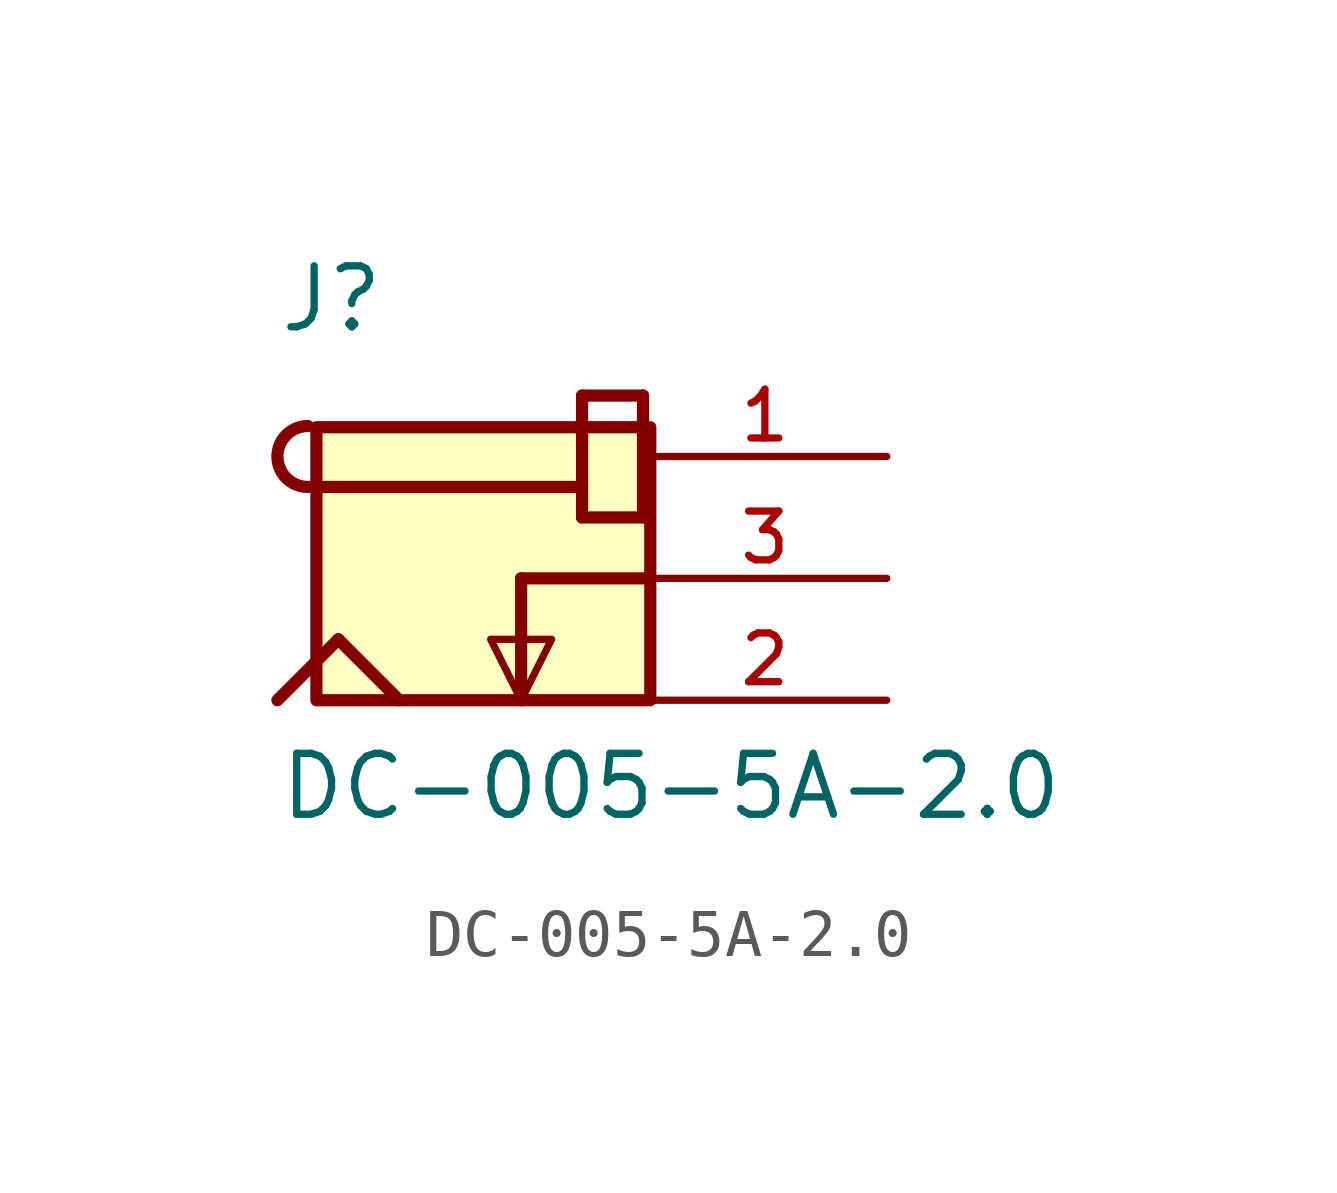
<source format=kicad_sym>
(kicad_symbol_lib
  (version 20231120)
  (generator "kicad_symbol_editor")
  (generator_version "8.99")
  (symbol "DC-005-5A-2.0"
    (pin_names
      (offset 1.016) hide)
    (property "Reference" "J"
      (at -5.08 5.08 0)
      (effects (font (size 1.27 1.27)) (justify left bottom)))
    (property "Value" "DC-005-5A-2.0"
      (at -5.08 -5.08 0)
      (effects (font (size 1.27 1.27)) (justify left bottom)))
    (property "ki_locked" ""
      (at 0 0 0)
      (effects (font (size 1.27 1.27))))
    (symbol "DC-005-5A-2.0_0_0"
      (arc (start -4.445 3.175) (mid -5.08 2.54) (end -4.445 1.905) (stroke (width 0.254) (type solid)) (fill (type none)))
      (rectangle (start -4.267 -2.54) (end 2.692 3.15) (stroke (width 0.254) (type solid)) (fill (type background)))
      (polyline (pts (xy -4.445 1.905) (xy 1.27 1.905)) (stroke (width 0.254) (type solid)) (fill (type none)))
      (polyline (pts (xy -3.81 -1.27) (xy -5.08 -2.54)) (stroke (width 0.254) (type solid)) (fill (type none)))
      (polyline (pts (xy -2.54 -2.54) (xy -3.81 -1.27)) (stroke (width 0.254) (type solid)) (fill (type none)))
      (polyline (pts (xy 0 0) (xy 0 -2.54)) (stroke (width 0.254) (type solid)) (fill (type none)))
      (polyline (pts (xy 1.27 1.27) (xy 2.54 1.27)) (stroke (width 0.254) (type solid)) (fill (type none)))
      (polyline (pts (xy 1.27 1.905) (xy 1.27 1.27)) (stroke (width 0.254) (type solid)) (fill (type none)))
      (polyline (pts (xy 1.27 3.175) (xy 1.27 1.905)) (stroke (width 0.254) (type solid)) (fill (type none)))
      (polyline (pts (xy 1.27 3.81) (xy 1.27 3.175)) (stroke (width 0.254) (type solid)) (fill (type none)))
      (polyline (pts (xy 2.54 0) (xy 0 0)) (stroke (width 0.254) (type solid)) (fill (type none)))
      (polyline (pts (xy 2.54 3.81) (xy 1.27 3.81)) (stroke (width 0.254) (type solid)) (fill (type none)))
      (polyline (pts (xy 2.54 3.81) (xy 2.54 1.27)) (stroke (width 0.254) (type solid)) (fill (type none)))
      (polyline (pts (xy -0.635 -1.27) (xy 0.635 -1.27) (xy 0 -2.54) (xy -0.635 -1.27)) (stroke (width 0.152) (type solid)) (fill (type background)))
      (pin passive line (at 7.62 2.54 180) (length 5.08) (name "~" (effects (font (size 1.016 1.016)))) (number "1" (effects (font (size 1.016 1.016)))))
      (pin passive line (at 7.62 -2.54 180) (length 5.08) (name "~" (effects (font (size 1.016 1.016)))) (number "2" (effects (font (size 1.016 1.016)))))
      (pin passive line (at 7.62 0 180) (length 5.08) (name "~" (effects (font (size 1.016 1.016)))) (number "3" (effects (font (size 1.016 1.016))))))))
</source>
